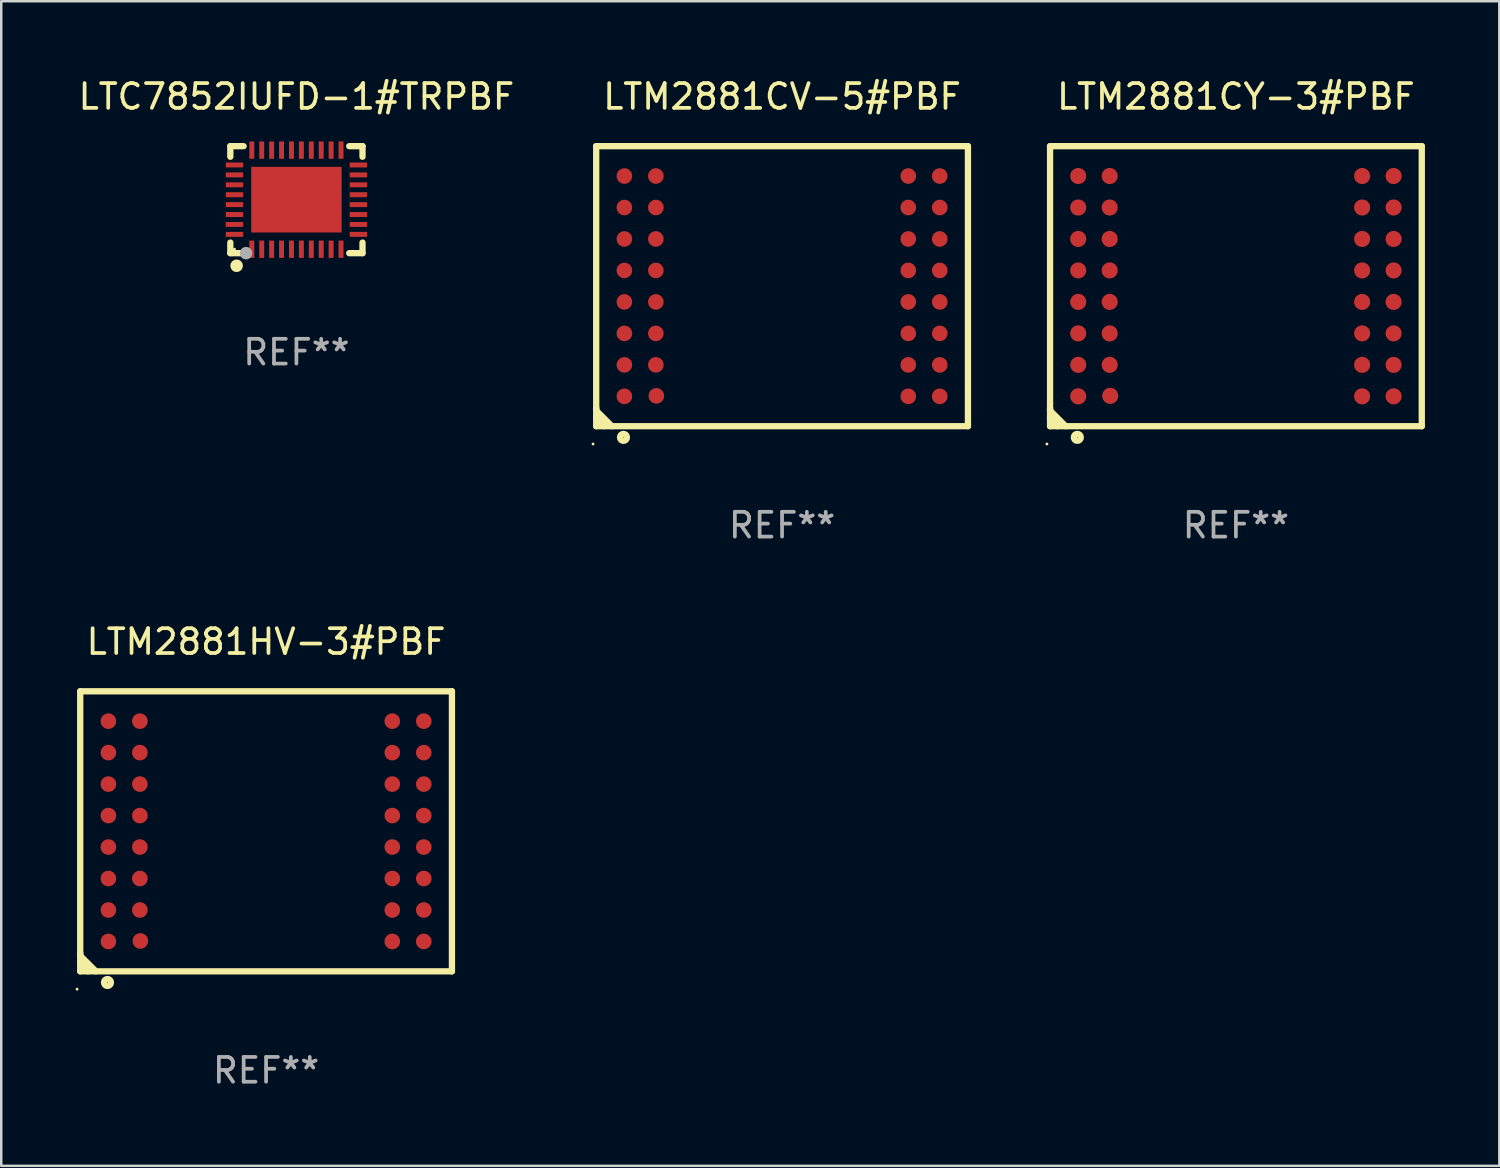
<source format=kicad_pcb>
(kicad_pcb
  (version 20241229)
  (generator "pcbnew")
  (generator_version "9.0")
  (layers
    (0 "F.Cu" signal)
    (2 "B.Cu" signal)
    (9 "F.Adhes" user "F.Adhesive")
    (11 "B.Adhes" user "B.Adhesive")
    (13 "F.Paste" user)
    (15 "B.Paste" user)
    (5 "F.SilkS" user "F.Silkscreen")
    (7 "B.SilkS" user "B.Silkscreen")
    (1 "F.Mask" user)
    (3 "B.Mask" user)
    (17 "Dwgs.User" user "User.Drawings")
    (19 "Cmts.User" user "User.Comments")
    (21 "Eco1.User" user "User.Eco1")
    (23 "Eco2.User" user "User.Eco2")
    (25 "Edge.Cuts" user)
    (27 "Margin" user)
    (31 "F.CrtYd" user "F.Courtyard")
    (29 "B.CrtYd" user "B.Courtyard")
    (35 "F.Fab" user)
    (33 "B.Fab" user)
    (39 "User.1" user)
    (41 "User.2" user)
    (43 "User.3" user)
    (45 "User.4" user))
  (footprint "LTM2881CV-5#PBF"
    (layer "F.Cu")
    (at 28.508 8.498)
    (property "Reference" "LTM2881CV-5#PBF" (at 0 -7.65 0) (layer "F.SilkS") (effects (font (size 1 1) (thickness 0.15))))
    (attr through_hole)
    (fp_line (start -7.5 -5.65) (end -7.5 5.65) (stroke (width 0.254) (type solid)) (layer "F.SilkS"))
    (fp_line (start -7.5 -5.65) (end 7.5 -5.65) (stroke (width 0.254) (type solid)) (layer "F.SilkS"))
    (fp_line (start -7.5 4.911) (end -7.5 5.02) (stroke (width 0.254) (type solid)) (layer "F.SilkS"))
    (fp_line (start -7.5 5.02) (end -6.87 5.65) (stroke (width 0.254) (type solid)) (layer "F.SilkS"))
    (fp_line (start -7.5 5.286) (end -7.5 5.347) (stroke (width 0.254) (type solid)) (layer "F.SilkS"))
    (fp_line (start -7.5 5.347) (end -7.197 5.65) (stroke (width 0.254) (type solid)) (layer "F.SilkS"))
    (fp_line (start -7.5 5.65) (end 7.5 5.65) (stroke (width 0.254) (type solid)) (layer "F.SilkS"))
    (fp_line (start 7.5 -5.65) (end 7.5 5.65) (stroke (width 0.254) (type solid)) (layer "F.SilkS"))
    (fp_circle (center -7.627 6.369) (end -7.597 6.369) (stroke (width 0.06) (type solid)) (fill no) (layer "F.SilkS"))
    (fp_circle (center -6.4 6.1) (end -6.259 6.1) (stroke (width 0.254) (type solid)) (fill no) (layer "F.SilkS"))
    (fp_text user "REF**" (at 0 9.65 0) (layer "F.Fab") (effects (font (size 1 1) (thickness 0.15))))
    (pad "A1" smd circle (at -6.363 4.445) (size 0.63 0.63) (layers "F.Cu" "F.Mask" "F.Paste"))
    (pad "A2" smd circle (at -6.363 3.175) (size 0.63 0.63) (layers "F.Cu" "F.Mask" "F.Paste"))
    (pad "A3" smd circle (at -6.363 1.905) (size 0.63 0.63) (layers "F.Cu" "F.Mask" "F.Paste"))
    (pad "A4" smd circle (at -6.363 0.635) (size 0.63 0.63) (layers "F.Cu" "F.Mask" "F.Paste"))
    (pad "A5" smd circle (at -6.363 -0.635) (size 0.63 0.63) (layers "F.Cu" "F.Mask" "F.Paste"))
    (pad "A6" smd circle (at -6.363 -1.905) (size 0.63 0.63) (layers "F.Cu" "F.Mask" "F.Paste"))
    (pad "A7" smd circle (at -6.363 -3.175) (size 0.63 0.63) (layers "F.Cu" "F.Mask" "F.Paste"))
    (pad "A8" smd circle (at -6.363 -4.445) (size 0.63 0.63) (layers "F.Cu" "F.Mask" "F.Paste"))
    (pad "B1" smd circle (at -5.072 4.425) (size 0.63 0.63) (layers "F.Cu" "F.Mask" "F.Paste"))
    (pad "B2" smd circle (at -5.093 3.175) (size 0.63 0.63) (layers "F.Cu" "F.Mask" "F.Paste"))
    (pad "B3" smd circle (at -5.093 1.905) (size 0.63 0.63) (layers "F.Cu" "F.Mask" "F.Paste"))
    (pad "B4" smd circle (at -5.093 0.635) (size 0.63 0.63) (layers "F.Cu" "F.Mask" "F.Paste"))
    (pad "B5" smd circle (at -5.093 -0.635) (size 0.63 0.63) (layers "F.Cu" "F.Mask" "F.Paste"))
    (pad "B6" smd circle (at -5.093 -1.905) (size 0.63 0.63) (layers "F.Cu" "F.Mask" "F.Paste"))
    (pad "B7" smd circle (at -5.093 -3.175) (size 0.63 0.63) (layers "F.Cu" "F.Mask" "F.Paste"))
    (pad "B8" smd circle (at -5.093 -4.445) (size 0.63 0.63) (layers "F.Cu" "F.Mask" "F.Paste"))
    (pad "K1" smd circle (at 5.093 4.445) (size 0.63 0.63) (layers "F.Cu" "F.Mask" "F.Paste"))
    (pad "K2" smd circle (at 5.093 3.175) (size 0.63 0.63) (layers "F.Cu" "F.Mask" "F.Paste"))
    (pad "K3" smd circle (at 5.093 1.905) (size 0.63 0.63) (layers "F.Cu" "F.Mask" "F.Paste"))
    (pad "K4" smd circle (at 5.093 0.635) (size 0.63 0.63) (layers "F.Cu" "F.Mask" "F.Paste"))
    (pad "K5" smd circle (at 5.093 -0.635) (size 0.63 0.63) (layers "F.Cu" "F.Mask" "F.Paste"))
    (pad "K6" smd circle (at 5.093 -1.905) (size 0.63 0.63) (layers "F.Cu" "F.Mask" "F.Paste"))
    (pad "K7" smd circle (at 5.093 -3.175) (size 0.63 0.63) (layers "F.Cu" "F.Mask" "F.Paste"))
    (pad "K8" smd circle (at 5.093 -4.445) (size 0.63 0.63) (layers "F.Cu" "F.Mask" "F.Paste"))
    (pad "L1" smd circle (at 6.363 4.445) (size 0.63 0.63) (layers "F.Cu" "F.Mask" "F.Paste"))
    (pad "L2" smd circle (at 6.363 3.175) (size 0.63 0.63) (layers "F.Cu" "F.Mask" "F.Paste"))
    (pad "L3" smd circle (at 6.363 1.905) (size 0.63 0.63) (layers "F.Cu" "F.Mask" "F.Paste"))
    (pad "L4" smd circle (at 6.363 0.635) (size 0.63 0.63) (layers "F.Cu" "F.Mask" "F.Paste"))
    (pad "L5" smd circle (at 6.363 -0.635) (size 0.63 0.63) (layers "F.Cu" "F.Mask" "F.Paste"))
    (pad "L6" smd circle (at 6.363 -1.905) (size 0.63 0.63) (layers "F.Cu" "F.Mask" "F.Paste"))
    (pad "L7" smd circle (at 6.363 -3.175) (size 0.63 0.63) (layers "F.Cu" "F.Mask" "F.Paste"))
    (pad "L8" smd circle (at 6.363 -4.445) (size 0.63 0.63) (layers "F.Cu" "F.Mask" "F.Paste")))
  (footprint "LTC7852IUFD-1#TRPBF"
    (layer "F.Cu")
    (at 8.911 5.007)
    (property "Reference" "LTC7852IUFD-1#TRPBF" (at 0 -4.159 0) (layer "F.SilkS") (effects (font (size 1 1) (thickness 0.15))))
    (attr through_hole)
    (fp_line (start -2.667 -2.159) (end -2.667 -1.731) (stroke (width 0.254) (type solid)) (layer "F.SilkS"))
    (fp_line (start -2.667 1.731) (end -2.667 2.159) (stroke (width 0.254) (type solid)) (layer "F.SilkS"))
    (fp_line (start -2.667 2.159) (end -2.131 2.159) (stroke (width 0.254) (type solid)) (layer "F.SilkS"))
    (fp_line (start -2.131 -2.159) (end -2.667 -2.159) (stroke (width 0.254) (type solid)) (layer "F.SilkS"))
    (fp_line (start 2.131 2.159) (end 2.667 2.159) (stroke (width 0.254) (type solid)) (layer "F.SilkS"))
    (fp_line (start 2.667 -2.159) (end 2.131 -2.159) (stroke (width 0.254) (type solid)) (layer "F.SilkS"))
    (fp_line (start 2.667 -1.731) (end 2.667 -2.159) (stroke (width 0.254) (type solid)) (layer "F.SilkS"))
    (fp_line (start 2.667 2.159) (end 2.667 1.731) (stroke (width 0.254) (type solid)) (layer "F.SilkS"))
    (fp_circle (center -2.5 2) (end -2.47 2) (stroke (width 0.06) (type solid)) (fill no) (layer "F.SilkS"))
    (fp_circle (center -2.413 2.667) (end -2.286 2.667) (stroke (width 0.254) (type solid)) (fill no) (layer "F.SilkS"))
    (fp_circle (center -2.032 2.159) (end -1.905 2.159) (stroke (width 0.254) (type solid)) (fill no) (layer "F.Fab"))
    (fp_text user "REF**" (at 0 6.159 0) (layer "F.Fab") (effects (font (size 1 1) (thickness 0.15))))
    (pad "1" smd rect (at -1.8 2) (size 0.2 0.7) (layers "F.Cu" "F.Mask" "F.Paste"))
    (pad "2" smd rect (at -1.4 2) (size 0.2 0.7) (layers "F.Cu" "F.Mask" "F.Paste"))
    (pad "3" smd rect (at -1 2) (size 0.2 0.7) (layers "F.Cu" "F.Mask" "F.Paste"))
    (pad "4" smd rect (at -0.6 2) (size 0.2 0.7) (layers "F.Cu" "F.Mask" "F.Paste"))
    (pad "5" smd rect (at -0.2 2) (size 0.2 0.7) (layers "F.Cu" "F.Mask" "F.Paste"))
    (pad "6" smd rect (at 0.2 2) (size 0.2 0.7) (layers "F.Cu" "F.Mask" "F.Paste"))
    (pad "7" smd rect (at 0.6 2) (size 0.2 0.7) (layers "F.Cu" "F.Mask" "F.Paste"))
    (pad "8" smd rect (at 1 2) (size 0.2 0.7) (layers "F.Cu" "F.Mask" "F.Paste"))
    (pad "9" smd rect (at 1.4 2) (size 0.2 0.7) (layers "F.Cu" "F.Mask" "F.Paste"))
    (pad "10" smd rect (at 1.8 2) (size 0.2 0.7) (layers "F.Cu" "F.Mask" "F.Paste"))
    (pad "11" smd rect (at 2.5 1.4 90) (size 0.2 0.7) (layers "F.Cu" "F.Mask" "F.Paste"))
    (pad "12" smd rect (at 2.5 1 90) (size 0.2 0.7) (layers "F.Cu" "F.Mask" "F.Paste"))
    (pad "13" smd rect (at 2.5 0.6 90) (size 0.2 0.7) (layers "F.Cu" "F.Mask" "F.Paste"))
    (pad "14" smd rect (at 2.5 0.2 90) (size 0.2 0.7) (layers "F.Cu" "F.Mask" "F.Paste"))
    (pad "15" smd rect (at 2.5 -0.2 90) (size 0.2 0.7) (layers "F.Cu" "F.Mask" "F.Paste"))
    (pad "16" smd rect (at 2.5 -0.6 90) (size 0.2 0.7) (layers "F.Cu" "F.Mask" "F.Paste"))
    (pad "17" smd rect (at 2.5 -1 90) (size 0.2 0.7) (layers "F.Cu" "F.Mask" "F.Paste"))
    (pad "18" smd rect (at 2.5 -1.4 90) (size 0.2 0.7) (layers "F.Cu" "F.Mask" "F.Paste"))
    (pad "19" smd rect (at 1.8 -2 180) (size 0.2 0.7) (layers "F.Cu" "F.Mask" "F.Paste"))
    (pad "20" smd rect (at 1.4 -2 180) (size 0.2 0.7) (layers "F.Cu" "F.Mask" "F.Paste"))
    (pad "21" smd rect (at 1 -2 180) (size 0.2 0.7) (layers "F.Cu" "F.Mask" "F.Paste"))
    (pad "22" smd rect (at 0.6 -2 180) (size 0.2 0.7) (layers "F.Cu" "F.Mask" "F.Paste"))
    (pad "23" smd rect (at 0.2 -2 180) (size 0.2 0.7) (layers "F.Cu" "F.Mask" "F.Paste"))
    (pad "24" smd rect (at -0.2 -2 180) (size 0.2 0.7) (layers "F.Cu" "F.Mask" "F.Paste"))
    (pad "25" smd rect (at -0.6 -2 180) (size 0.2 0.7) (layers "F.Cu" "F.Mask" "F.Paste"))
    (pad "26" smd rect (at -1 -2 180) (size 0.2 0.7) (layers "F.Cu" "F.Mask" "F.Paste"))
    (pad "27" smd rect (at -1.4 -2 180) (size 0.2 0.7) (layers "F.Cu" "F.Mask" "F.Paste"))
    (pad "28" smd rect (at -1.8 -2 180) (size 0.2 0.7) (layers "F.Cu" "F.Mask" "F.Paste"))
    (pad "29" smd rect (at -2.5 -1.4 270) (size 0.2 0.7) (layers "F.Cu" "F.Mask" "F.Paste"))
    (pad "30" smd rect (at -2.5 -1 270) (size 0.2 0.7) (layers "F.Cu" "F.Mask" "F.Paste"))
    (pad "31" smd rect (at -2.5 -0.6 270) (size 0.2 0.7) (layers "F.Cu" "F.Mask" "F.Paste"))
    (pad "32" smd rect (at -2.5 -0.2 270) (size 0.2 0.7) (layers "F.Cu" "F.Mask" "F.Paste"))
    (pad "33" smd rect (at -2.5 0.2 270) (size 0.2 0.7) (layers "F.Cu" "F.Mask" "F.Paste"))
    (pad "34" smd rect (at -2.5 0.6 270) (size 0.2 0.7) (layers "F.Cu" "F.Mask" "F.Paste"))
    (pad "35" smd rect (at -2.5 1 270) (size 0.2 0.7) (layers "F.Cu" "F.Mask" "F.Paste"))
    (pad "36" smd rect (at -2.5 1.4 270) (size 0.2 0.7) (layers "F.Cu" "F.Mask" "F.Paste"))
    (pad "37" smd rect (at 0.000102 0.000102 270) (size 2.65 3.65) (layers "F.Cu" "F.Mask" "F.Paste")))
  (footprint "LTM2881CY-3#PBF"
    (layer "F.Cu")
    (at 46.822 8.498)
    (property "Reference" "LTM2881CY-3#PBF" (at 0 -7.65 0) (layer "F.SilkS") (effects (font (size 1 1) (thickness 0.15))))
    (attr through_hole)
    (fp_line (start -7.5 -5.65) (end -7.5 5.65) (stroke (width 0.254) (type solid)) (layer "F.SilkS"))
    (fp_line (start -7.5 -5.65) (end 7.5 -5.65) (stroke (width 0.254) (type solid)) (layer "F.SilkS"))
    (fp_line (start -7.5 4.911) (end -7.5 5.02) (stroke (width 0.254) (type solid)) (layer "F.SilkS"))
    (fp_line (start -7.5 5.02) (end -6.87 5.65) (stroke (width 0.254) (type solid)) (layer "F.SilkS"))
    (fp_line (start -7.5 5.286) (end -7.5 5.347) (stroke (width 0.254) (type solid)) (layer "F.SilkS"))
    (fp_line (start -7.5 5.347) (end -7.197 5.65) (stroke (width 0.254) (type solid)) (layer "F.SilkS"))
    (fp_line (start -7.5 5.65) (end 7.5 5.65) (stroke (width 0.254) (type solid)) (layer "F.SilkS"))
    (fp_line (start 7.5 -5.65) (end 7.5 5.65) (stroke (width 0.254) (type solid)) (layer "F.SilkS"))
    (fp_circle (center -7.627 6.369) (end -7.597 6.369) (stroke (width 0.06) (type solid)) (fill no) (layer "F.SilkS"))
    (fp_circle (center -6.4 6.1) (end -6.259 6.1) (stroke (width 0.254) (type solid)) (fill no) (layer "F.SilkS"))
    (fp_text user "REF**" (at 0 9.65 0) (layer "F.Fab") (effects (font (size 1 1) (thickness 0.15))))
    (pad "A1" smd circle (at -6.363 4.445) (size 0.65 0.65) (layers "F.Cu" "F.Mask" "F.Paste"))
    (pad "A2" smd circle (at -6.363 3.175) (size 0.65 0.65) (layers "F.Cu" "F.Mask" "F.Paste"))
    (pad "A3" smd circle (at -6.363 1.905) (size 0.65 0.65) (layers "F.Cu" "F.Mask" "F.Paste"))
    (pad "A4" smd circle (at -6.363 0.635) (size 0.65 0.65) (layers "F.Cu" "F.Mask" "F.Paste"))
    (pad "A5" smd circle (at -6.363 -0.635) (size 0.65 0.65) (layers "F.Cu" "F.Mask" "F.Paste"))
    (pad "A6" smd circle (at -6.363 -1.905) (size 0.65 0.65) (layers "F.Cu" "F.Mask" "F.Paste"))
    (pad "A7" smd circle (at -6.363 -3.175) (size 0.65 0.65) (layers "F.Cu" "F.Mask" "F.Paste"))
    (pad "A8" smd circle (at -6.363 -4.445) (size 0.65 0.65) (layers "F.Cu" "F.Mask" "F.Paste"))
    (pad "B1" smd circle (at -5.072 4.425) (size 0.65 0.65) (layers "F.Cu" "F.Mask" "F.Paste"))
    (pad "B2" smd circle (at -5.093 3.175) (size 0.65 0.65) (layers "F.Cu" "F.Mask" "F.Paste"))
    (pad "B3" smd circle (at -5.093 1.905) (size 0.65 0.65) (layers "F.Cu" "F.Mask" "F.Paste"))
    (pad "B4" smd circle (at -5.093 0.635) (size 0.65 0.65) (layers "F.Cu" "F.Mask" "F.Paste"))
    (pad "B5" smd circle (at -5.093 -0.635) (size 0.65 0.65) (layers "F.Cu" "F.Mask" "F.Paste"))
    (pad "B6" smd circle (at -5.093 -1.905) (size 0.65 0.65) (layers "F.Cu" "F.Mask" "F.Paste"))
    (pad "B7" smd circle (at -5.093 -3.175) (size 0.65 0.65) (layers "F.Cu" "F.Mask" "F.Paste"))
    (pad "B8" smd circle (at -5.093 -4.445) (size 0.65 0.65) (layers "F.Cu" "F.Mask" "F.Paste"))
    (pad "K1" smd circle (at 5.093 4.445) (size 0.65 0.65) (layers "F.Cu" "F.Mask" "F.Paste"))
    (pad "K2" smd circle (at 5.093 3.175) (size 0.65 0.65) (layers "F.Cu" "F.Mask" "F.Paste"))
    (pad "K3" smd circle (at 5.093 1.905) (size 0.65 0.65) (layers "F.Cu" "F.Mask" "F.Paste"))
    (pad "K4" smd circle (at 5.093 0.635) (size 0.65 0.65) (layers "F.Cu" "F.Mask" "F.Paste"))
    (pad "K5" smd circle (at 5.093 -0.635) (size 0.65 0.65) (layers "F.Cu" "F.Mask" "F.Paste"))
    (pad "K6" smd circle (at 5.093 -1.905) (size 0.65 0.65) (layers "F.Cu" "F.Mask" "F.Paste"))
    (pad "K7" smd circle (at 5.093 -3.175) (size 0.65 0.65) (layers "F.Cu" "F.Mask" "F.Paste"))
    (pad "K8" smd circle (at 5.093 -4.445) (size 0.65 0.65) (layers "F.Cu" "F.Mask" "F.Paste"))
    (pad "L1" smd circle (at 6.363 4.445) (size 0.65 0.65) (layers "F.Cu" "F.Mask" "F.Paste"))
    (pad "L2" smd circle (at 6.363 3.175) (size 0.65 0.65) (layers "F.Cu" "F.Mask" "F.Paste"))
    (pad "L3" smd circle (at 6.363 1.905) (size 0.65 0.65) (layers "F.Cu" "F.Mask" "F.Paste"))
    (pad "L4" smd circle (at 6.363 0.635) (size 0.65 0.65) (layers "F.Cu" "F.Mask" "F.Paste"))
    (pad "L5" smd circle (at 6.363 -0.635) (size 0.65 0.65) (layers "F.Cu" "F.Mask" "F.Paste"))
    (pad "L6" smd circle (at 6.363 -1.905) (size 0.65 0.65) (layers "F.Cu" "F.Mask" "F.Paste"))
    (pad "L7" smd circle (at 6.363 -3.175) (size 0.65 0.65) (layers "F.Cu" "F.Mask" "F.Paste"))
    (pad "L8" smd circle (at 6.363 -4.445) (size 0.65 0.65) (layers "F.Cu" "F.Mask" "F.Paste")))
  (footprint "LTM2881HV-3#PBF"
    (layer "F.Cu")
    (at 7.687 30.495)
    (property "Reference" "LTM2881HV-3#PBF" (at 0 -7.65 0) (layer "F.SilkS") (effects (font (size 1 1) (thickness 0.15))))
    (attr through_hole)
    (fp_line (start -7.5 -5.65) (end -7.5 5.65) (stroke (width 0.254) (type solid)) (layer "F.SilkS"))
    (fp_line (start -7.5 -5.65) (end 7.5 -5.65) (stroke (width 0.254) (type solid)) (layer "F.SilkS"))
    (fp_line (start -7.5 4.911) (end -7.5 5.02) (stroke (width 0.254) (type solid)) (layer "F.SilkS"))
    (fp_line (start -7.5 5.02) (end -6.87 5.65) (stroke (width 0.254) (type solid)) (layer "F.SilkS"))
    (fp_line (start -7.5 5.286) (end -7.5 5.347) (stroke (width 0.254) (type solid)) (layer "F.SilkS"))
    (fp_line (start -7.5 5.347) (end -7.197 5.65) (stroke (width 0.254) (type solid)) (layer "F.SilkS"))
    (fp_line (start -7.5 5.65) (end 7.5 5.65) (stroke (width 0.254) (type solid)) (layer "F.SilkS"))
    (fp_line (start 7.5 -5.65) (end 7.5 5.65) (stroke (width 0.254) (type solid)) (layer "F.SilkS"))
    (fp_circle (center -7.627 6.369) (end -7.597 6.369) (stroke (width 0.06) (type solid)) (fill no) (layer "F.SilkS"))
    (fp_circle (center -6.4 6.1) (end -6.259 6.1) (stroke (width 0.254) (type solid)) (fill no) (layer "F.SilkS"))
    (fp_text user "REF**" (at 0 9.65 0) (layer "F.Fab") (effects (font (size 1 1) (thickness 0.15))))
    (pad "A1" smd circle (at -6.363 4.445) (size 0.63 0.63) (layers "F.Cu" "F.Mask" "F.Paste"))
    (pad "A2" smd circle (at -6.363 3.175) (size 0.63 0.63) (layers "F.Cu" "F.Mask" "F.Paste"))
    (pad "A3" smd circle (at -6.363 1.905) (size 0.63 0.63) (layers "F.Cu" "F.Mask" "F.Paste"))
    (pad "A4" smd circle (at -6.363 0.635) (size 0.63 0.63) (layers "F.Cu" "F.Mask" "F.Paste"))
    (pad "A5" smd circle (at -6.363 -0.635) (size 0.63 0.63) (layers "F.Cu" "F.Mask" "F.Paste"))
    (pad "A6" smd circle (at -6.363 -1.905) (size 0.63 0.63) (layers "F.Cu" "F.Mask" "F.Paste"))
    (pad "A7" smd circle (at -6.363 -3.175) (size 0.63 0.63) (layers "F.Cu" "F.Mask" "F.Paste"))
    (pad "A8" smd circle (at -6.363 -4.445) (size 0.63 0.63) (layers "F.Cu" "F.Mask" "F.Paste"))
    (pad "B1" smd circle (at -5.072 4.425) (size 0.63 0.63) (layers "F.Cu" "F.Mask" "F.Paste"))
    (pad "B2" smd circle (at -5.093 3.175) (size 0.63 0.63) (layers "F.Cu" "F.Mask" "F.Paste"))
    (pad "B3" smd circle (at -5.093 1.905) (size 0.63 0.63) (layers "F.Cu" "F.Mask" "F.Paste"))
    (pad "B4" smd circle (at -5.093 0.635) (size 0.63 0.63) (layers "F.Cu" "F.Mask" "F.Paste"))
    (pad "B5" smd circle (at -5.093 -0.635) (size 0.63 0.63) (layers "F.Cu" "F.Mask" "F.Paste"))
    (pad "B6" smd circle (at -5.093 -1.905) (size 0.63 0.63) (layers "F.Cu" "F.Mask" "F.Paste"))
    (pad "B7" smd circle (at -5.093 -3.175) (size 0.63 0.63) (layers "F.Cu" "F.Mask" "F.Paste"))
    (pad "B8" smd circle (at -5.093 -4.445) (size 0.63 0.63) (layers "F.Cu" "F.Mask" "F.Paste"))
    (pad "K1" smd circle (at 5.093 4.445) (size 0.63 0.63) (layers "F.Cu" "F.Mask" "F.Paste"))
    (pad "K2" smd circle (at 5.093 3.175) (size 0.63 0.63) (layers "F.Cu" "F.Mask" "F.Paste"))
    (pad "K3" smd circle (at 5.093 1.905) (size 0.63 0.63) (layers "F.Cu" "F.Mask" "F.Paste"))
    (pad "K4" smd circle (at 5.093 0.635) (size 0.63 0.63) (layers "F.Cu" "F.Mask" "F.Paste"))
    (pad "K5" smd circle (at 5.093 -0.635) (size 0.63 0.63) (layers "F.Cu" "F.Mask" "F.Paste"))
    (pad "K6" smd circle (at 5.093 -1.905) (size 0.63 0.63) (layers "F.Cu" "F.Mask" "F.Paste"))
    (pad "K7" smd circle (at 5.093 -3.175) (size 0.63 0.63) (layers "F.Cu" "F.Mask" "F.Paste"))
    (pad "K8" smd circle (at 5.093 -4.445) (size 0.63 0.63) (layers "F.Cu" "F.Mask" "F.Paste"))
    (pad "L1" smd circle (at 6.363 4.445) (size 0.63 0.63) (layers "F.Cu" "F.Mask" "F.Paste"))
    (pad "L2" smd circle (at 6.363 3.175) (size 0.63 0.63) (layers "F.Cu" "F.Mask" "F.Paste"))
    (pad "L3" smd circle (at 6.363 1.905) (size 0.63 0.63) (layers "F.Cu" "F.Mask" "F.Paste"))
    (pad "L4" smd circle (at 6.363 0.635) (size 0.63 0.63) (layers "F.Cu" "F.Mask" "F.Paste"))
    (pad "L5" smd circle (at 6.363 -0.635) (size 0.63 0.63) (layers "F.Cu" "F.Mask" "F.Paste"))
    (pad "L6" smd circle (at 6.363 -1.905) (size 0.63 0.63) (layers "F.Cu" "F.Mask" "F.Paste"))
    (pad "L7" smd circle (at 6.363 -3.175) (size 0.63 0.63) (layers "F.Cu" "F.Mask" "F.Paste"))
    (pad "L8" smd circle (at 6.363 -4.445) (size 0.63 0.63) (layers "F.Cu" "F.Mask" "F.Paste")))
  (gr_rect
    (start -3 -3)
    (end 57.45 43.993)
    (stroke (width 0.1) (type default))
    (fill no)
    (layer "Edge.Cuts")))
</source>
